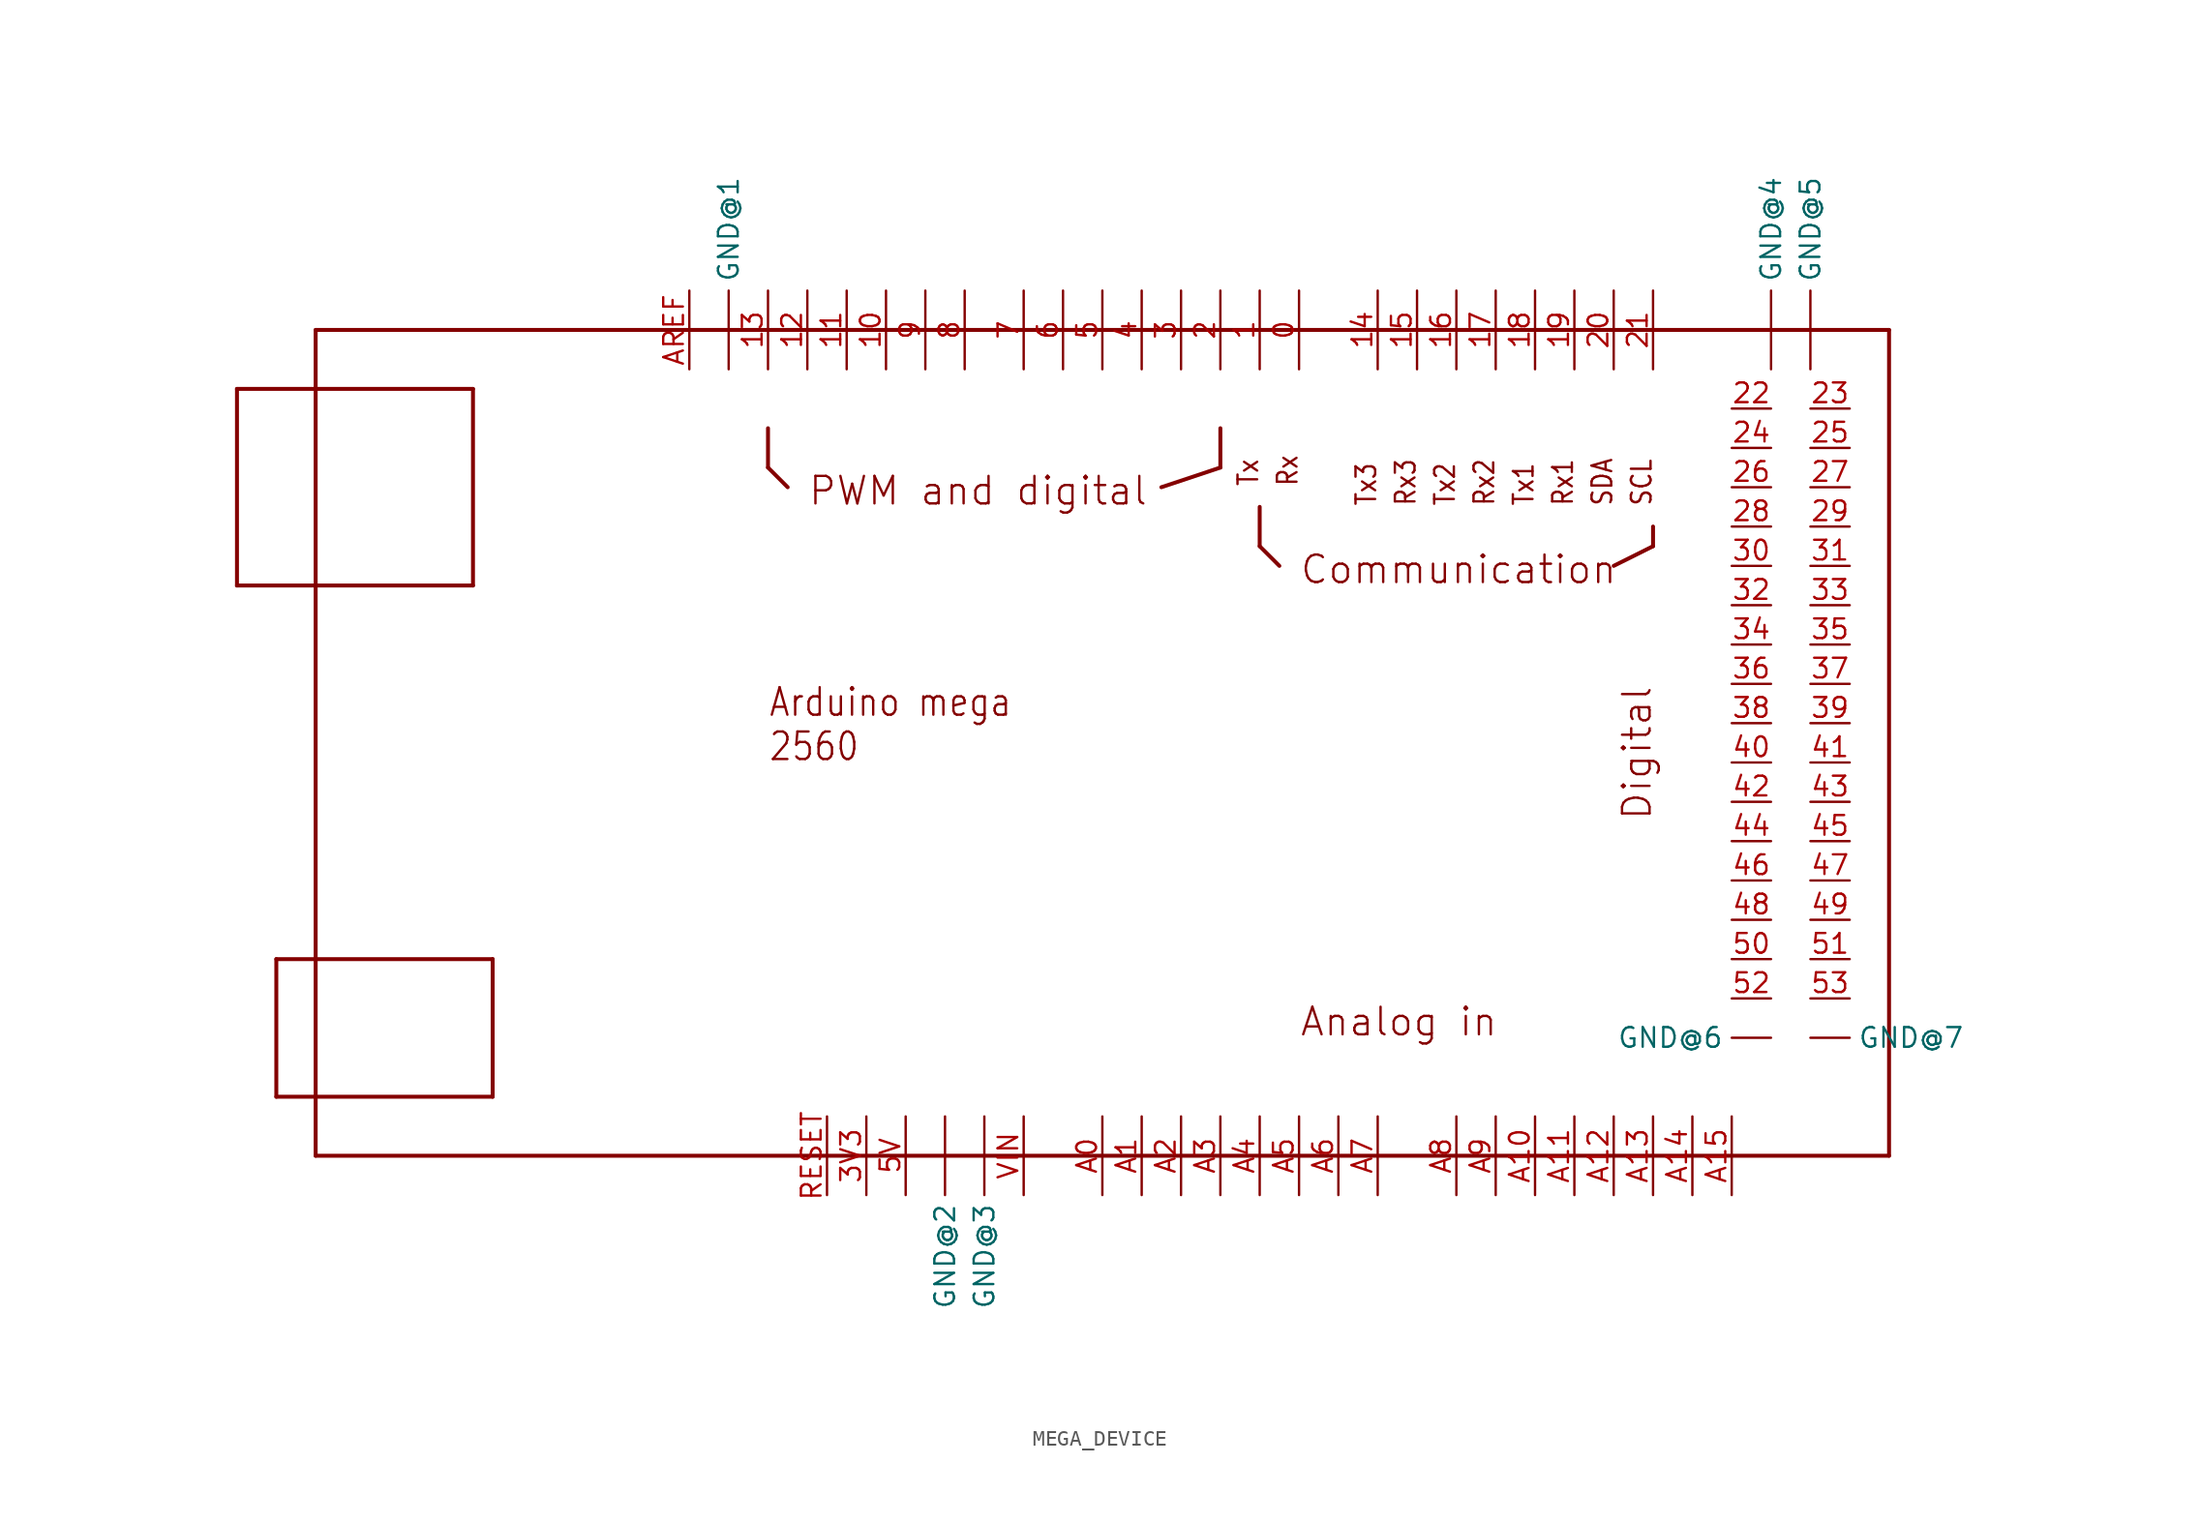
<source format=kicad_sym>
(kicad_symbol_lib
  (version 20231120)
  (generator "kicad_symbol_editor")
  (generator_version "8.0")
  (symbol "MEGA_DEVICE"
    (property "Reference" "A"
      (at 0 0 0)
      (effects (font (size 1.27 1.27)) (hide yes)))
    (property "ki_locked" ""
      (at 0 0 0)
      (effects (font (size 1.27 1.27))))
    (symbol "MEGA_DEVICE_1_0"
      (polyline (pts (xy -55.88 10.16) (xy -55.88 22.86)) (stroke (width 0.254) (type solid)) (fill (type none)))
      (polyline (pts (xy -55.88 22.86) (xy -40.64 22.86)) (stroke (width 0.254) (type solid)) (fill (type none)))
      (polyline (pts (xy -53.34 -22.86) (xy -53.34 -13.97)) (stroke (width 0.254) (type solid)) (fill (type none)))
      (polyline (pts (xy -53.34 -13.97) (xy -39.37 -13.97)) (stroke (width 0.254) (type solid)) (fill (type none)))
      (polyline (pts (xy -50.8 -26.67) (xy -50.8 26.67)) (stroke (width 0.254) (type solid)) (fill (type none)))
      (polyline (pts (xy -50.8 26.67) (xy 50.8 26.67)) (stroke (width 0.254) (type solid)) (fill (type none)))
      (polyline (pts (xy -40.64 10.16) (xy -55.88 10.16)) (stroke (width 0.254) (type solid)) (fill (type none)))
      (polyline (pts (xy -40.64 22.86) (xy -40.64 10.16)) (stroke (width 0.254) (type solid)) (fill (type none)))
      (polyline (pts (xy -39.37 -22.86) (xy -53.34 -22.86)) (stroke (width 0.254) (type solid)) (fill (type none)))
      (polyline (pts (xy -39.37 -13.97) (xy -39.37 -22.86)) (stroke (width 0.254) (type solid)) (fill (type none)))
      (polyline (pts (xy -21.59 20.32) (xy -21.59 17.78)) (stroke (width 0.254) (type solid)) (fill (type none)))
      (polyline (pts (xy -20.32 16.51) (xy -21.59 17.78)) (stroke (width 0.254) (type solid)) (fill (type none)))
      (polyline (pts (xy 7.62 17.78) (xy 3.81 16.51)) (stroke (width 0.254) (type solid)) (fill (type none)))
      (polyline (pts (xy 7.62 20.32) (xy 7.62 17.78)) (stroke (width 0.254) (type solid)) (fill (type none)))
      (polyline (pts (xy 10.16 12.7) (xy 11.43 11.43)) (stroke (width 0.254) (type solid)) (fill (type none)))
      (polyline (pts (xy 10.16 15.24) (xy 10.16 12.7)) (stroke (width 0.254) (type solid)) (fill (type none)))
      (polyline (pts (xy 35.56 12.7) (xy 33.02 11.43)) (stroke (width 0.254) (type solid)) (fill (type none)))
      (polyline (pts (xy 35.56 13.97) (xy 35.56 12.7)) (stroke (width 0.254) (type solid)) (fill (type none)))
      (polyline (pts (xy 50.8 -26.67) (xy -50.8 -26.67)) (stroke (width 0.254) (type solid)) (fill (type none)))
      (polyline (pts (xy 50.8 26.67) (xy 50.8 -26.67)) (stroke (width 0.254) (type solid)) (fill (type none)))
      (text "Analog in" (at 12.7 -19.05 0) (effects (font (size 1.778 1.778)) (justify left bottom)))
      (text "Arduino mega\n2560" (at -21.59 -1.27 0) (effects (font (size 1.778 1.511)) (justify left bottom)))
      (text "Communication" (at 12.7 10.16 0) (effects (font (size 1.778 1.778)) (justify left bottom)))
      (text "Digital" (at 35.56 -5.08 900) (effects (font (size 1.778 1.778)) (justify left bottom)))
      (text "PWM and digital" (at -19.05 15.24 0) (effects (font (size 1.778 1.778)) (justify left bottom)))
      (text "Rx" (at 12.7 16.51 900) (effects (font (size 1.27 1.079)) (justify left bottom)))
      (text "Rx1" (at 30.48 15.24 900) (effects (font (size 1.27 1.079)) (justify left bottom)))
      (text "Rx2" (at 25.4 15.24 900) (effects (font (size 1.27 1.079)) (justify left bottom)))
      (text "Rx3" (at 20.32 15.24 900) (effects (font (size 1.27 1.079)) (justify left bottom)))
      (text "SCL" (at 35.56 15.24 900) (effects (font (size 1.27 1.079)) (justify left bottom)))
      (text "SDA" (at 33.02 15.24 900) (effects (font (size 1.27 1.079)) (justify left bottom)))
      (text "Tx" (at 10.16 16.51 900) (effects (font (size 1.27 1.079)) (justify left bottom)))
      (text "Tx1" (at 27.94 15.24 900) (effects (font (size 1.27 1.079)) (justify left bottom)))
      (text "Tx2" (at 22.86 15.24 900) (effects (font (size 1.27 1.079)) (justify left bottom)))
      (text "Tx3" (at 17.78 15.24 900) (effects (font (size 1.27 1.079)) (justify left bottom)))
      (pin bidirectional line (at 12.7 24.13 90) (length 5.08) (name "0" (effects (font (size 0 0)))) (number "0" (effects (font (size 1.27 1.27)))))
      (pin bidirectional line (at 10.16 24.13 90) (length 5.08) (name "1" (effects (font (size 0 0)))) (number "1" (effects (font (size 1.27 1.27)))))
      (pin bidirectional line (at -13.97 24.13 90) (length 5.08) (name "10" (effects (font (size 0 0)))) (number "10" (effects (font (size 1.27 1.27)))))
      (pin bidirectional line (at -16.51 24.13 90) (length 5.08) (name "11" (effects (font (size 0 0)))) (number "11" (effects (font (size 1.27 1.27)))))
      (pin bidirectional line (at -19.05 24.13 90) (length 5.08) (name "12" (effects (font (size 0 0)))) (number "12" (effects (font (size 1.27 1.27)))))
      (pin bidirectional line (at -21.59 24.13 90) (length 5.08) (name "13" (effects (font (size 0 0)))) (number "13" (effects (font (size 1.27 1.27)))))
      (pin bidirectional line (at 17.78 24.13 90) (length 5.08) (name "14" (effects (font (size 0 0)))) (number "14" (effects (font (size 1.27 1.27)))))
      (pin bidirectional line (at 20.32 24.13 90) (length 5.08) (name "15" (effects (font (size 0 0)))) (number "15" (effects (font (size 1.27 1.27)))))
      (pin bidirectional line (at 22.86 24.13 90) (length 5.08) (name "16" (effects (font (size 0 0)))) (number "16" (effects (font (size 1.27 1.27)))))
      (pin bidirectional line (at 25.4 24.13 90) (length 5.08) (name "17" (effects (font (size 0 0)))) (number "17" (effects (font (size 1.27 1.27)))))
      (pin bidirectional line (at 27.94 24.13 90) (length 5.08) (name "18" (effects (font (size 0 0)))) (number "18" (effects (font (size 1.27 1.27)))))
      (pin bidirectional line (at 30.48 24.13 90) (length 5.08) (name "19" (effects (font (size 0 0)))) (number "19" (effects (font (size 1.27 1.27)))))
      (pin bidirectional line (at 7.62 24.13 90) (length 5.08) (name "2" (effects (font (size 0 0)))) (number "2" (effects (font (size 1.27 1.27)))))
      (pin bidirectional line (at 33.02 24.13 90) (length 5.08) (name "20" (effects (font (size 0 0)))) (number "20" (effects (font (size 1.27 1.27)))))
      (pin bidirectional line (at 35.56 24.13 90) (length 5.08) (name "21" (effects (font (size 0 0)))) (number "21" (effects (font (size 1.27 1.27)))))
      (pin bidirectional line (at 43.18 21.59 180) (length 2.54) (name "22" (effects (font (size 0 0)))) (number "22" (effects (font (size 1.27 1.27)))))
      (pin bidirectional line (at 45.72 21.59 0) (length 2.54) (name "23" (effects (font (size 0 0)))) (number "23" (effects (font (size 1.27 1.27)))))
      (pin bidirectional line (at 43.18 19.05 180) (length 2.54) (name "24" (effects (font (size 0 0)))) (number "24" (effects (font (size 1.27 1.27)))))
      (pin bidirectional line (at 45.72 19.05 0) (length 2.54) (name "25" (effects (font (size 0 0)))) (number "25" (effects (font (size 1.27 1.27)))))
      (pin bidirectional line (at 43.18 16.51 180) (length 2.54) (name "26" (effects (font (size 0 0)))) (number "26" (effects (font (size 1.27 1.27)))))
      (pin bidirectional line (at 45.72 16.51 0) (length 2.54) (name "27" (effects (font (size 0 0)))) (number "27" (effects (font (size 1.27 1.27)))))
      (pin bidirectional line (at 43.18 13.97 180) (length 2.54) (name "28" (effects (font (size 0 0)))) (number "28" (effects (font (size 1.27 1.27)))))
      (pin bidirectional line (at 45.72 13.97 0) (length 2.54) (name "29" (effects (font (size 0 0)))) (number "29" (effects (font (size 1.27 1.27)))))
      (pin bidirectional line (at 5.08 24.13 90) (length 5.08) (name "3" (effects (font (size 0 0)))) (number "3" (effects (font (size 1.27 1.27)))))
      (pin bidirectional line (at 43.18 11.43 180) (length 2.54) (name "30" (effects (font (size 0 0)))) (number "30" (effects (font (size 1.27 1.27)))))
      (pin bidirectional line (at 45.72 11.43 0) (length 2.54) (name "31" (effects (font (size 0 0)))) (number "31" (effects (font (size 1.27 1.27)))))
      (pin bidirectional line (at 43.18 8.89 180) (length 2.54) (name "32" (effects (font (size 0 0)))) (number "32" (effects (font (size 1.27 1.27)))))
      (pin bidirectional line (at 45.72 8.89 0) (length 2.54) (name "33" (effects (font (size 0 0)))) (number "33" (effects (font (size 1.27 1.27)))))
      (pin bidirectional line (at 43.18 6.35 180) (length 2.54) (name "34" (effects (font (size 0 0)))) (number "34" (effects (font (size 1.27 1.27)))))
      (pin bidirectional line (at 45.72 6.35 0) (length 2.54) (name "35" (effects (font (size 0 0)))) (number "35" (effects (font (size 1.27 1.27)))))
      (pin bidirectional line (at 43.18 3.81 180) (length 2.54) (name "36" (effects (font (size 0 0)))) (number "36" (effects (font (size 1.27 1.27)))))
      (pin bidirectional line (at 45.72 3.81 0) (length 2.54) (name "37" (effects (font (size 0 0)))) (number "37" (effects (font (size 1.27 1.27)))))
      (pin bidirectional line (at 43.18 1.27 180) (length 2.54) (name "38" (effects (font (size 0 0)))) (number "38" (effects (font (size 1.27 1.27)))))
      (pin bidirectional line (at 45.72 1.27 0) (length 2.54) (name "39" (effects (font (size 0 0)))) (number "39" (effects (font (size 1.27 1.27)))))
      (pin bidirectional line (at -15.24 -24.13 270) (length 5.08) (name "3V3" (effects (font (size 0 0)))) (number "3V3" (effects (font (size 1.27 1.27)))))
      (pin bidirectional line (at 2.54 24.13 90) (length 5.08) (name "4" (effects (font (size 0 0)))) (number "4" (effects (font (size 1.27 1.27)))))
      (pin bidirectional line (at 43.18 -1.27 180) (length 2.54) (name "40" (effects (font (size 0 0)))) (number "40" (effects (font (size 1.27 1.27)))))
      (pin bidirectional line (at 45.72 -1.27 0) (length 2.54) (name "41" (effects (font (size 0 0)))) (number "41" (effects (font (size 1.27 1.27)))))
      (pin bidirectional line (at 43.18 -3.81 180) (length 2.54) (name "42" (effects (font (size 0 0)))) (number "42" (effects (font (size 1.27 1.27)))))
      (pin bidirectional line (at 45.72 -3.81 0) (length 2.54) (name "43" (effects (font (size 0 0)))) (number "43" (effects (font (size 1.27 1.27)))))
      (pin bidirectional line (at 43.18 -6.35 180) (length 2.54) (name "44" (effects (font (size 0 0)))) (number "44" (effects (font (size 1.27 1.27)))))
      (pin bidirectional line (at 45.72 -6.35 0) (length 2.54) (name "45" (effects (font (size 0 0)))) (number "45" (effects (font (size 1.27 1.27)))))
      (pin bidirectional line (at 43.18 -8.89 180) (length 2.54) (name "46" (effects (font (size 0 0)))) (number "46" (effects (font (size 1.27 1.27)))))
      (pin bidirectional line (at 45.72 -8.89 0) (length 2.54) (name "47" (effects (font (size 0 0)))) (number "47" (effects (font (size 1.27 1.27)))))
      (pin bidirectional line (at 43.18 -11.43 180) (length 2.54) (name "48" (effects (font (size 0 0)))) (number "48" (effects (font (size 1.27 1.27)))))
      (pin bidirectional line (at 45.72 -11.43 0) (length 2.54) (name "49" (effects (font (size 0 0)))) (number "49" (effects (font (size 1.27 1.27)))))
      (pin bidirectional line (at 0 24.13 90) (length 5.08) (name "5" (effects (font (size 0 0)))) (number "5" (effects (font (size 1.27 1.27)))))
      (pin bidirectional line (at 43.18 -13.97 180) (length 2.54) (name "50" (effects (font (size 0 0)))) (number "50" (effects (font (size 1.27 1.27)))))
      (pin bidirectional line (at 45.72 -13.97 0) (length 2.54) (name "51" (effects (font (size 0 0)))) (number "51" (effects (font (size 1.27 1.27)))))
      (pin bidirectional line (at 43.18 -16.51 180) (length 2.54) (name "52" (effects (font (size 0 0)))) (number "52" (effects (font (size 1.27 1.27)))))
      (pin bidirectional line (at 45.72 -16.51 0) (length 2.54) (name "53" (effects (font (size 0 0)))) (number "53" (effects (font (size 1.27 1.27)))))
      (pin bidirectional line (at -12.7 -24.13 270) (length 5.08) (name "5V" (effects (font (size 0 0)))) (number "5V" (effects (font (size 1.27 1.27)))))
      (pin bidirectional line (at -2.54 24.13 90) (length 5.08) (name "6" (effects (font (size 0 0)))) (number "6" (effects (font (size 1.27 1.27)))))
      (pin bidirectional line (at -5.08 24.13 90) (length 5.08) (name "7" (effects (font (size 0 0)))) (number "7" (effects (font (size 1.27 1.27)))))
      (pin bidirectional line (at -8.89 24.13 90) (length 5.08) (name "8" (effects (font (size 0 0)))) (number "8" (effects (font (size 1.27 1.27)))))
      (pin bidirectional line (at -11.43 24.13 90) (length 5.08) (name "9" (effects (font (size 0 0)))) (number "9" (effects (font (size 1.27 1.27)))))
      (pin bidirectional line (at 0 -24.13 270) (length 5.08) (name "A0" (effects (font (size 0 0)))) (number "A0" (effects (font (size 1.27 1.27)))))
      (pin bidirectional line (at 2.54 -24.13 270) (length 5.08) (name "A1" (effects (font (size 0 0)))) (number "A1" (effects (font (size 1.27 1.27)))))
      (pin bidirectional line (at 27.94 -24.13 270) (length 5.08) (name "A10" (effects (font (size 0 0)))) (number "A10" (effects (font (size 1.27 1.27)))))
      (pin bidirectional line (at 30.48 -24.13 270) (length 5.08) (name "A11" (effects (font (size 0 0)))) (number "A11" (effects (font (size 1.27 1.27)))))
      (pin bidirectional line (at 33.02 -24.13 270) (length 5.08) (name "A12" (effects (font (size 0 0)))) (number "A12" (effects (font (size 1.27 1.27)))))
      (pin bidirectional line (at 35.56 -24.13 270) (length 5.08) (name "A13" (effects (font (size 0 0)))) (number "A13" (effects (font (size 1.27 1.27)))))
      (pin bidirectional line (at 38.1 -24.13 270) (length 5.08) (name "A14" (effects (font (size 0 0)))) (number "A14" (effects (font (size 1.27 1.27)))))
      (pin bidirectional line (at 40.64 -24.13 270) (length 5.08) (name "A15" (effects (font (size 0 0)))) (number "A15" (effects (font (size 1.27 1.27)))))
      (pin bidirectional line (at 5.08 -24.13 270) (length 5.08) (name "A2" (effects (font (size 0 0)))) (number "A2" (effects (font (size 1.27 1.27)))))
      (pin bidirectional line (at 7.62 -24.13 270) (length 5.08) (name "A3" (effects (font (size 0 0)))) (number "A3" (effects (font (size 1.27 1.27)))))
      (pin bidirectional line (at 10.16 -24.13 270) (length 5.08) (name "A4" (effects (font (size 0 0)))) (number "A4" (effects (font (size 1.27 1.27)))))
      (pin bidirectional line (at 12.7 -24.13 270) (length 5.08) (name "A5" (effects (font (size 0 0)))) (number "A5" (effects (font (size 1.27 1.27)))))
      (pin bidirectional line (at 15.24 -24.13 270) (length 5.08) (name "A6" (effects (font (size 0 0)))) (number "A6" (effects (font (size 1.27 1.27)))))
      (pin bidirectional line (at 17.78 -24.13 270) (length 5.08) (name "A7" (effects (font (size 0 0)))) (number "A7" (effects (font (size 1.27 1.27)))))
      (pin bidirectional line (at 22.86 -24.13 270) (length 5.08) (name "A8" (effects (font (size 0 0)))) (number "A8" (effects (font (size 1.27 1.27)))))
      (pin bidirectional line (at 25.4 -24.13 270) (length 5.08) (name "A9" (effects (font (size 0 0)))) (number "A9" (effects (font (size 1.27 1.27)))))
      (pin bidirectional line (at -26.67 24.13 90) (length 5.08) (name "AREF" (effects (font (size 0 0)))) (number "AREF" (effects (font (size 1.27 1.27)))))
      (pin bidirectional line (at -24.13 24.13 90) (length 5.08) (name "GND@1" (effects (font (size 1.27 1.27)))) (number "GND@1" (effects (font (size 0 0)))))
      (pin bidirectional line (at -10.16 -24.13 270) (length 5.08) (name "GND@2" (effects (font (size 1.27 1.27)))) (number "GND@2" (effects (font (size 0 0)))))
      (pin bidirectional line (at -7.62 -24.13 270) (length 5.08) (name "GND@3" (effects (font (size 1.27 1.27)))) (number "GND@3" (effects (font (size 0 0)))))
      (pin bidirectional line (at 43.18 24.13 90) (length 5.08) (name "GND@4" (effects (font (size 1.27 1.27)))) (number "GND@4" (effects (font (size 0 0)))))
      (pin bidirectional line (at 45.72 24.13 90) (length 5.08) (name "GND@5" (effects (font (size 1.27 1.27)))) (number "GND@5" (effects (font (size 0 0)))))
      (pin bidirectional line (at 43.18 -19.05 180) (length 2.54) (name "GND@6" (effects (font (size 1.27 1.27)))) (number "GND@6" (effects (font (size 0 0)))))
      (pin bidirectional line (at 45.72 -19.05 0) (length 2.54) (name "GND@7" (effects (font (size 1.27 1.27)))) (number "GND@7" (effects (font (size 0 0)))))
      (pin bidirectional line (at -17.78 -24.13 270) (length 5.08) (name "RESET" (effects (font (size 0 0)))) (number "RESET" (effects (font (size 1.27 1.27)))))
      (pin bidirectional line (at -5.08 -24.13 270) (length 5.08) (name "VIN" (effects (font (size 0 0)))) (number "VIN" (effects (font (size 1.27 1.27))))))))
</source>
